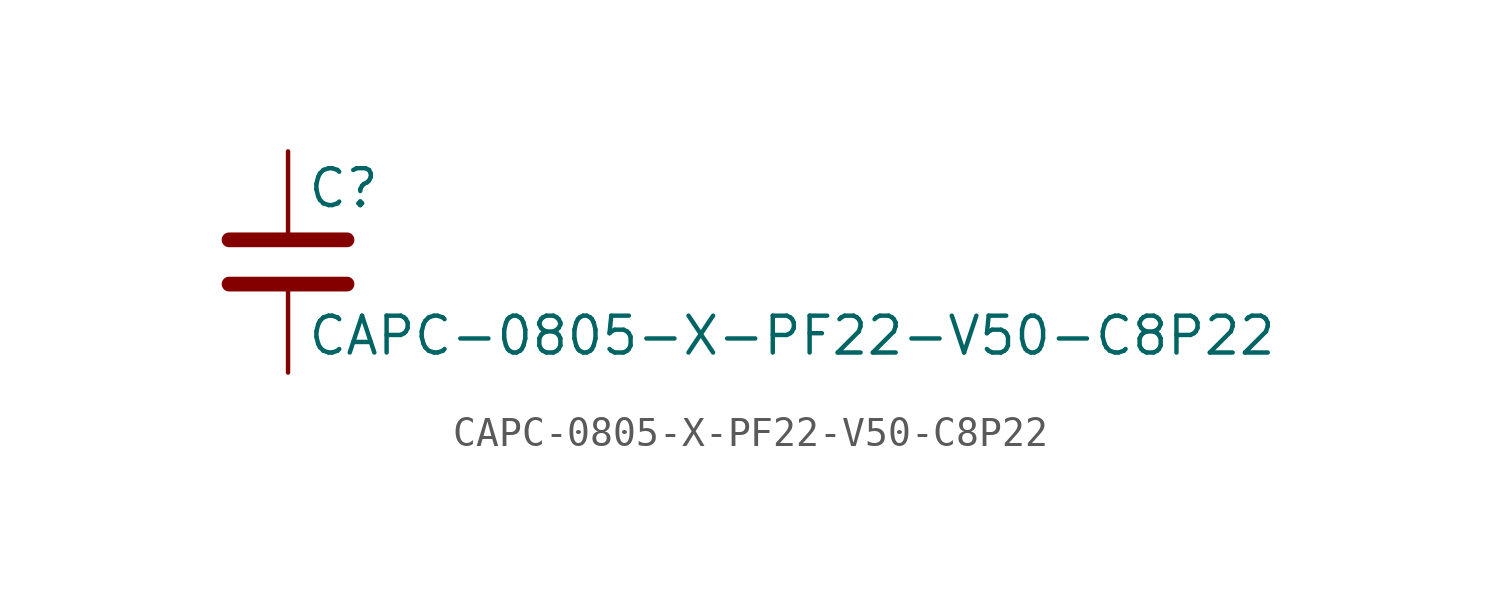
<source format=kicad_sym>
(kicad_symbol_lib
  (version 20211014)
  (generator kicad_symbol_editor)
  (symbol "CAPC-0805-X-PF22-V50-C8P22"
    (pin_numbers hide)
    (pin_names
      (offset 0.254))
    (property "Reference" "C"
      (at 0.635 2.54 0)
      (effects (font (size 1.27 1.27)) (justify left)))
    (property "Value" "CAPC-0805-X-PF22-V50-C8P22"
      (at 0.635 -2.54 0)
      (effects (font (size 1.27 1.27)) (justify left)))
    (symbol "CAPC-0805-X-PF22-V50-C8P22_0_1"
      (polyline (pts (xy -2.032 -0.762) (xy 2.032 -0.762)) (stroke (width 0.508) (type default) (color 0 0 0 0)) (fill (type none)))
      (polyline (pts (xy -2.032 0.762) (xy 2.032 0.762)) (stroke (width 0.508) (type default) (color 0 0 0 0)) (fill (type none))))
    (symbol "CAPC-0805-X-PF22-V50-C8P22_1_1"
      (pin passive line (at 0 3.81 270) (length 2.794) (name "~" (effects (font (size 1.27 1.27)))) (number "1" (effects (font (size 1.27 1.27)))))
      (pin passive line (at 0 -3.81 90) (length 2.794) (name "~" (effects (font (size 1.27 1.27)))) (number "2" (effects (font (size 1.27 1.27))))))))
</source>
